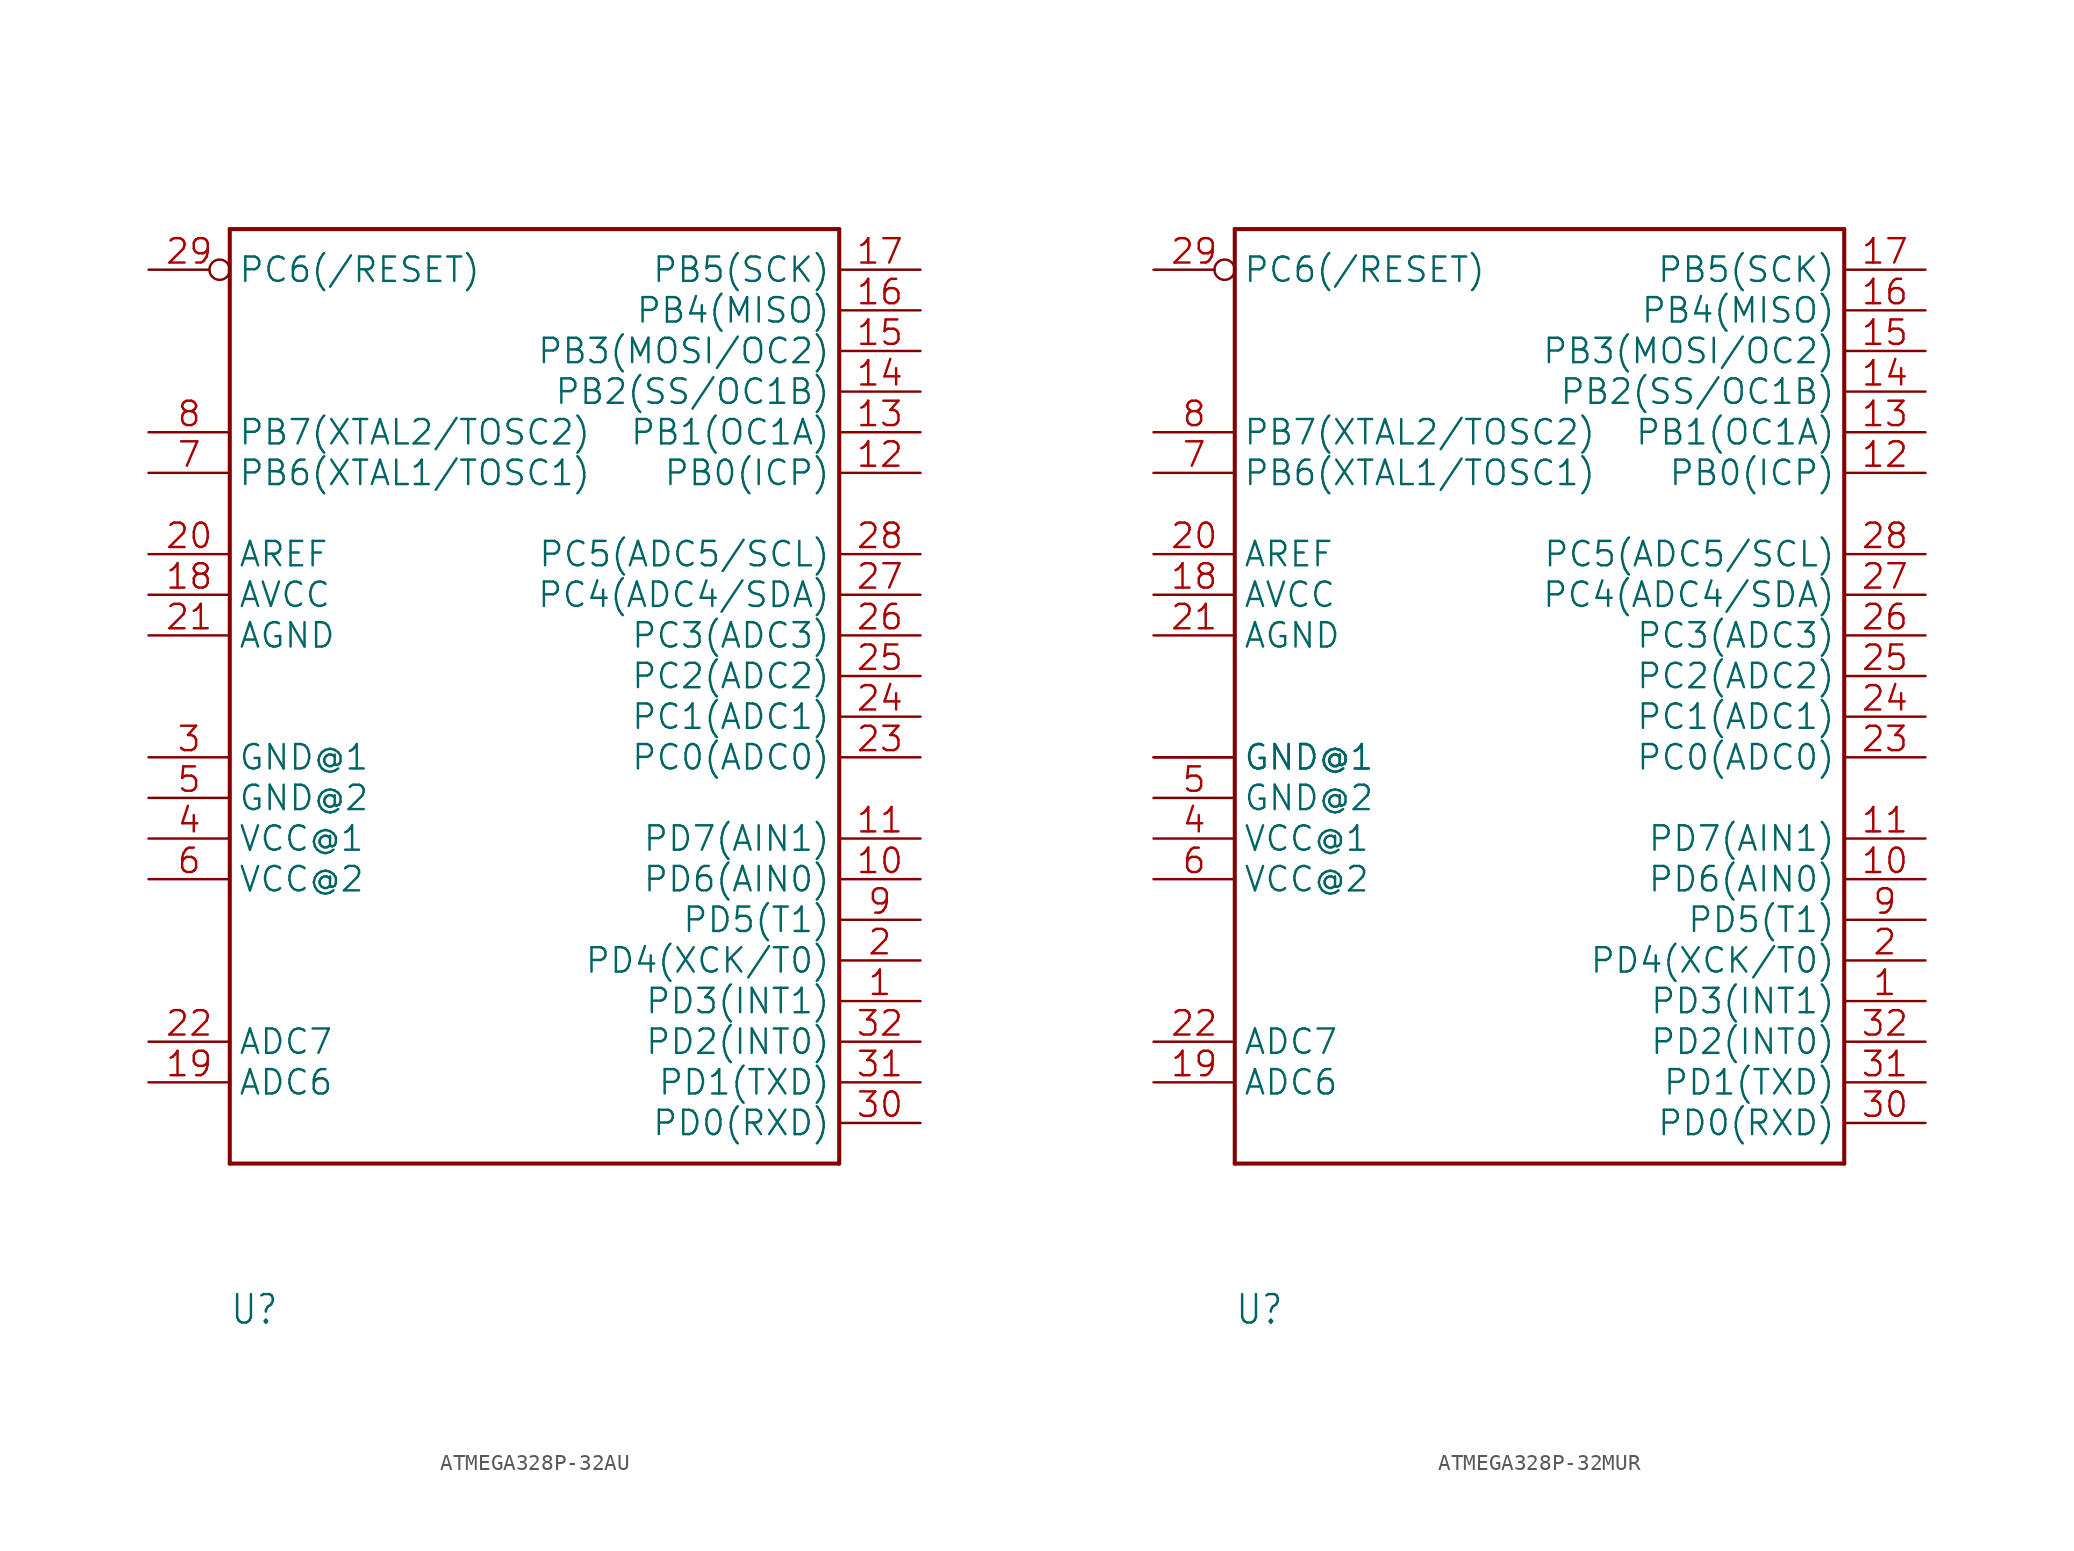
<source format=kicad_sym>
(kicad_symbol_lib
  (version 20241209)
  (generator "kicad_symbol_editor")
  (generator_version "9.0")
  (symbol "ATMEGA328P-32AU"
    (property "Reference" "U"
      (at -17.78 -40.64 0)
      (effects (font (size 1.778 1.511)) (justify left bottom)))
    (property "Value" ""
      (at -5.08 30.48 0)
      (effects (font (size 1.778 1.511)) (justify left bottom)))
    (property "ki_locked" ""
      (at 0 0 0)
      (effects (font (size 1.27 1.27))))
    (symbol "ATMEGA328P-32AU_1_0"
      (polyline (pts (xy -17.78 27.94) (xy 20.32 27.94)) (stroke (width 0.254) (type solid)) (fill (type none)))
      (polyline (pts (xy -17.78 -30.48) (xy -17.78 27.94)) (stroke (width 0.254) (type solid)) (fill (type none)))
      (polyline (pts (xy 20.32 27.94) (xy 20.32 -30.48)) (stroke (width 0.254) (type solid)) (fill (type none)))
      (polyline (pts (xy 20.32 -30.48) (xy -17.78 -30.48)) (stroke (width 0.254) (type solid)) (fill (type none)))
      (pin bidirectional inverted (at -22.86 25.4 0) (length 5.08) (name "PC6(/RESET)" (effects (font (size 1.524 1.524)))) (number "29" (effects (font (size 1.524 1.524)))))
      (pin bidirectional line (at -22.86 15.24 0) (length 5.08) (name "PB7(XTAL2/TOSC2)" (effects (font (size 1.524 1.524)))) (number "8" (effects (font (size 1.524 1.524)))))
      (pin bidirectional line (at -22.86 12.7 0) (length 5.08) (name "PB6(XTAL1/TOSC1)" (effects (font (size 1.524 1.524)))) (number "7" (effects (font (size 1.524 1.524)))))
      (pin bidirectional line (at -22.86 7.62 0) (length 5.08) (name "AREF" (effects (font (size 1.524 1.524)))) (number "20" (effects (font (size 1.524 1.524)))))
      (pin bidirectional line (at -22.86 5.08 0) (length 5.08) (name "AVCC" (effects (font (size 1.524 1.524)))) (number "18" (effects (font (size 1.524 1.524)))))
      (pin bidirectional line (at -22.86 2.54 0) (length 5.08) (name "AGND" (effects (font (size 1.524 1.524)))) (number "21" (effects (font (size 1.524 1.524)))))
      (pin bidirectional line (at -22.86 -5.08 0) (length 5.08) (name "GND@1" (effects (font (size 1.524 1.524)))) (number "3" (effects (font (size 1.524 1.524)))))
      (pin bidirectional line (at -22.86 -7.62 0) (length 5.08) (name "GND@2" (effects (font (size 1.524 1.524)))) (number "5" (effects (font (size 1.524 1.524)))))
      (pin bidirectional line (at -22.86 -10.16 0) (length 5.08) (name "VCC@1" (effects (font (size 1.524 1.524)))) (number "4" (effects (font (size 1.524 1.524)))))
      (pin bidirectional line (at -22.86 -12.7 0) (length 5.08) (name "VCC@2" (effects (font (size 1.524 1.524)))) (number "6" (effects (font (size 1.524 1.524)))))
      (pin bidirectional line (at -22.86 -22.86 0) (length 5.08) (name "ADC7" (effects (font (size 1.524 1.524)))) (number "22" (effects (font (size 1.524 1.524)))))
      (pin bidirectional line (at -22.86 -25.4 0) (length 5.08) (name "ADC6" (effects (font (size 1.524 1.524)))) (number "19" (effects (font (size 1.524 1.524)))))
      (pin bidirectional line (at 25.4 25.4 180) (length 5.08) (name "PB5(SCK)" (effects (font (size 1.524 1.524)))) (number "17" (effects (font (size 1.524 1.524)))))
      (pin bidirectional line (at 25.4 22.86 180) (length 5.08) (name "PB4(MISO)" (effects (font (size 1.524 1.524)))) (number "16" (effects (font (size 1.524 1.524)))))
      (pin bidirectional line (at 25.4 20.32 180) (length 5.08) (name "PB3(MOSI/OC2)" (effects (font (size 1.524 1.524)))) (number "15" (effects (font (size 1.524 1.524)))))
      (pin bidirectional line (at 25.4 17.78 180) (length 5.08) (name "PB2(SS/OC1B)" (effects (font (size 1.524 1.524)))) (number "14" (effects (font (size 1.524 1.524)))))
      (pin bidirectional line (at 25.4 15.24 180) (length 5.08) (name "PB1(OC1A)" (effects (font (size 1.524 1.524)))) (number "13" (effects (font (size 1.524 1.524)))))
      (pin bidirectional line (at 25.4 12.7 180) (length 5.08) (name "PB0(ICP)" (effects (font (size 1.524 1.524)))) (number "12" (effects (font (size 1.524 1.524)))))
      (pin bidirectional line (at 25.4 7.62 180) (length 5.08) (name "PC5(ADC5/SCL)" (effects (font (size 1.524 1.524)))) (number "28" (effects (font (size 1.524 1.524)))))
      (pin bidirectional line (at 25.4 5.08 180) (length 5.08) (name "PC4(ADC4/SDA)" (effects (font (size 1.524 1.524)))) (number "27" (effects (font (size 1.524 1.524)))))
      (pin bidirectional line (at 25.4 2.54 180) (length 5.08) (name "PC3(ADC3)" (effects (font (size 1.524 1.524)))) (number "26" (effects (font (size 1.524 1.524)))))
      (pin bidirectional line (at 25.4 0 180) (length 5.08) (name "PC2(ADC2)" (effects (font (size 1.524 1.524)))) (number "25" (effects (font (size 1.524 1.524)))))
      (pin bidirectional line (at 25.4 -2.54 180) (length 5.08) (name "PC1(ADC1)" (effects (font (size 1.524 1.524)))) (number "24" (effects (font (size 1.524 1.524)))))
      (pin bidirectional line (at 25.4 -5.08 180) (length 5.08) (name "PC0(ADC0)" (effects (font (size 1.524 1.524)))) (number "23" (effects (font (size 1.524 1.524)))))
      (pin bidirectional line (at 25.4 -10.16 180) (length 5.08) (name "PD7(AIN1)" (effects (font (size 1.524 1.524)))) (number "11" (effects (font (size 1.524 1.524)))))
      (pin bidirectional line (at 25.4 -12.7 180) (length 5.08) (name "PD6(AIN0)" (effects (font (size 1.524 1.524)))) (number "10" (effects (font (size 1.524 1.524)))))
      (pin bidirectional line (at 25.4 -15.24 180) (length 5.08) (name "PD5(T1)" (effects (font (size 1.524 1.524)))) (number "9" (effects (font (size 1.524 1.524)))))
      (pin bidirectional line (at 25.4 -17.78 180) (length 5.08) (name "PD4(XCK/T0)" (effects (font (size 1.524 1.524)))) (number "2" (effects (font (size 1.524 1.524)))))
      (pin bidirectional line (at 25.4 -20.32 180) (length 5.08) (name "PD3(INT1)" (effects (font (size 1.524 1.524)))) (number "1" (effects (font (size 1.524 1.524)))))
      (pin bidirectional line (at 25.4 -22.86 180) (length 5.08) (name "PD2(INT0)" (effects (font (size 1.524 1.524)))) (number "32" (effects (font (size 1.524 1.524)))))
      (pin bidirectional line (at 25.4 -25.4 180) (length 5.08) (name "PD1(TXD)" (effects (font (size 1.524 1.524)))) (number "31" (effects (font (size 1.524 1.524)))))
      (pin bidirectional line (at 25.4 -27.94 180) (length 5.08) (name "PD0(RXD)" (effects (font (size 1.524 1.524)))) (number "30" (effects (font (size 1.524 1.524)))))))
  (symbol "ATMEGA328P-32MUR"
    (property "Reference" "U"
      (at -17.78 -40.64 0)
      (effects (font (size 1.778 1.511)) (justify left bottom)))
    (property "Value" ""
      (at -5.08 30.48 0)
      (effects (font (size 1.778 1.511)) (justify left bottom)))
    (property "ki_locked" ""
      (at 0 0 0)
      (effects (font (size 1.27 1.27))))
    (symbol "ATMEGA328P-32MUR_1_0"
      (polyline (pts (xy -17.78 27.94) (xy 20.32 27.94)) (stroke (width 0.254) (type solid)) (fill (type none)))
      (polyline (pts (xy -17.78 -30.48) (xy -17.78 27.94)) (stroke (width 0.254) (type solid)) (fill (type none)))
      (polyline (pts (xy 20.32 27.94) (xy 20.32 -30.48)) (stroke (width 0.254) (type solid)) (fill (type none)))
      (polyline (pts (xy 20.32 -30.48) (xy -17.78 -30.48)) (stroke (width 0.254) (type solid)) (fill (type none)))
      (pin bidirectional inverted (at -22.86 25.4 0) (length 5.08) (name "PC6(/RESET)" (effects (font (size 1.524 1.524)))) (number "29" (effects (font (size 1.524 1.524)))))
      (pin bidirectional line (at -22.86 15.24 0) (length 5.08) (name "PB7(XTAL2/TOSC2)" (effects (font (size 1.524 1.524)))) (number "8" (effects (font (size 1.524 1.524)))))
      (pin bidirectional line (at -22.86 12.7 0) (length 5.08) (name "PB6(XTAL1/TOSC1)" (effects (font (size 1.524 1.524)))) (number "7" (effects (font (size 1.524 1.524)))))
      (pin bidirectional line (at -22.86 7.62 0) (length 5.08) (name "AREF" (effects (font (size 1.524 1.524)))) (number "20" (effects (font (size 1.524 1.524)))))
      (pin bidirectional line (at -22.86 5.08 0) (length 5.08) (name "AVCC" (effects (font (size 1.524 1.524)))) (number "18" (effects (font (size 1.524 1.524)))))
      (pin bidirectional line (at -22.86 2.54 0) (length 5.08) (name "AGND" (effects (font (size 1.524 1.524)))) (number "21" (effects (font (size 1.524 1.524)))))
      (pin bidirectional line (at -22.86 -5.08 0) (length 5.08) (name "GND@1" (effects (font (size 1.524 1.524)))) (number "3" (effects (font (size 0 0)))))
      (pin bidirectional line (at -22.86 -5.08 0) (length 5.08) (name "GND@1" (effects (font (size 1.524 1.524)))) (number "33" (effects (font (size 0 0)))))
      (pin bidirectional line (at -22.86 -7.62 0) (length 5.08) (name "GND@2" (effects (font (size 1.524 1.524)))) (number "5" (effects (font (size 1.524 1.524)))))
      (pin bidirectional line (at -22.86 -10.16 0) (length 5.08) (name "VCC@1" (effects (font (size 1.524 1.524)))) (number "4" (effects (font (size 1.524 1.524)))))
      (pin bidirectional line (at -22.86 -12.7 0) (length 5.08) (name "VCC@2" (effects (font (size 1.524 1.524)))) (number "6" (effects (font (size 1.524 1.524)))))
      (pin bidirectional line (at -22.86 -22.86 0) (length 5.08) (name "ADC7" (effects (font (size 1.524 1.524)))) (number "22" (effects (font (size 1.524 1.524)))))
      (pin bidirectional line (at -22.86 -25.4 0) (length 5.08) (name "ADC6" (effects (font (size 1.524 1.524)))) (number "19" (effects (font (size 1.524 1.524)))))
      (pin bidirectional line (at 25.4 25.4 180) (length 5.08) (name "PB5(SCK)" (effects (font (size 1.524 1.524)))) (number "17" (effects (font (size 1.524 1.524)))))
      (pin bidirectional line (at 25.4 22.86 180) (length 5.08) (name "PB4(MISO)" (effects (font (size 1.524 1.524)))) (number "16" (effects (font (size 1.524 1.524)))))
      (pin bidirectional line (at 25.4 20.32 180) (length 5.08) (name "PB3(MOSI/OC2)" (effects (font (size 1.524 1.524)))) (number "15" (effects (font (size 1.524 1.524)))))
      (pin bidirectional line (at 25.4 17.78 180) (length 5.08) (name "PB2(SS/OC1B)" (effects (font (size 1.524 1.524)))) (number "14" (effects (font (size 1.524 1.524)))))
      (pin bidirectional line (at 25.4 15.24 180) (length 5.08) (name "PB1(OC1A)" (effects (font (size 1.524 1.524)))) (number "13" (effects (font (size 1.524 1.524)))))
      (pin bidirectional line (at 25.4 12.7 180) (length 5.08) (name "PB0(ICP)" (effects (font (size 1.524 1.524)))) (number "12" (effects (font (size 1.524 1.524)))))
      (pin bidirectional line (at 25.4 7.62 180) (length 5.08) (name "PC5(ADC5/SCL)" (effects (font (size 1.524 1.524)))) (number "28" (effects (font (size 1.524 1.524)))))
      (pin bidirectional line (at 25.4 5.08 180) (length 5.08) (name "PC4(ADC4/SDA)" (effects (font (size 1.524 1.524)))) (number "27" (effects (font (size 1.524 1.524)))))
      (pin bidirectional line (at 25.4 2.54 180) (length 5.08) (name "PC3(ADC3)" (effects (font (size 1.524 1.524)))) (number "26" (effects (font (size 1.524 1.524)))))
      (pin bidirectional line (at 25.4 0 180) (length 5.08) (name "PC2(ADC2)" (effects (font (size 1.524 1.524)))) (number "25" (effects (font (size 1.524 1.524)))))
      (pin bidirectional line (at 25.4 -2.54 180) (length 5.08) (name "PC1(ADC1)" (effects (font (size 1.524 1.524)))) (number "24" (effects (font (size 1.524 1.524)))))
      (pin bidirectional line (at 25.4 -5.08 180) (length 5.08) (name "PC0(ADC0)" (effects (font (size 1.524 1.524)))) (number "23" (effects (font (size 1.524 1.524)))))
      (pin bidirectional line (at 25.4 -10.16 180) (length 5.08) (name "PD7(AIN1)" (effects (font (size 1.524 1.524)))) (number "11" (effects (font (size 1.524 1.524)))))
      (pin bidirectional line (at 25.4 -12.7 180) (length 5.08) (name "PD6(AIN0)" (effects (font (size 1.524 1.524)))) (number "10" (effects (font (size 1.524 1.524)))))
      (pin bidirectional line (at 25.4 -15.24 180) (length 5.08) (name "PD5(T1)" (effects (font (size 1.524 1.524)))) (number "9" (effects (font (size 1.524 1.524)))))
      (pin bidirectional line (at 25.4 -17.78 180) (length 5.08) (name "PD4(XCK/T0)" (effects (font (size 1.524 1.524)))) (number "2" (effects (font (size 1.524 1.524)))))
      (pin bidirectional line (at 25.4 -20.32 180) (length 5.08) (name "PD3(INT1)" (effects (font (size 1.524 1.524)))) (number "1" (effects (font (size 1.524 1.524)))))
      (pin bidirectional line (at 25.4 -22.86 180) (length 5.08) (name "PD2(INT0)" (effects (font (size 1.524 1.524)))) (number "32" (effects (font (size 1.524 1.524)))))
      (pin bidirectional line (at 25.4 -25.4 180) (length 5.08) (name "PD1(TXD)" (effects (font (size 1.524 1.524)))) (number "31" (effects (font (size 1.524 1.524)))))
      (pin bidirectional line (at 25.4 -27.94 180) (length 5.08) (name "PD0(RXD)" (effects (font (size 1.524 1.524)))) (number "30" (effects (font (size 1.524 1.524))))))))
</source>
